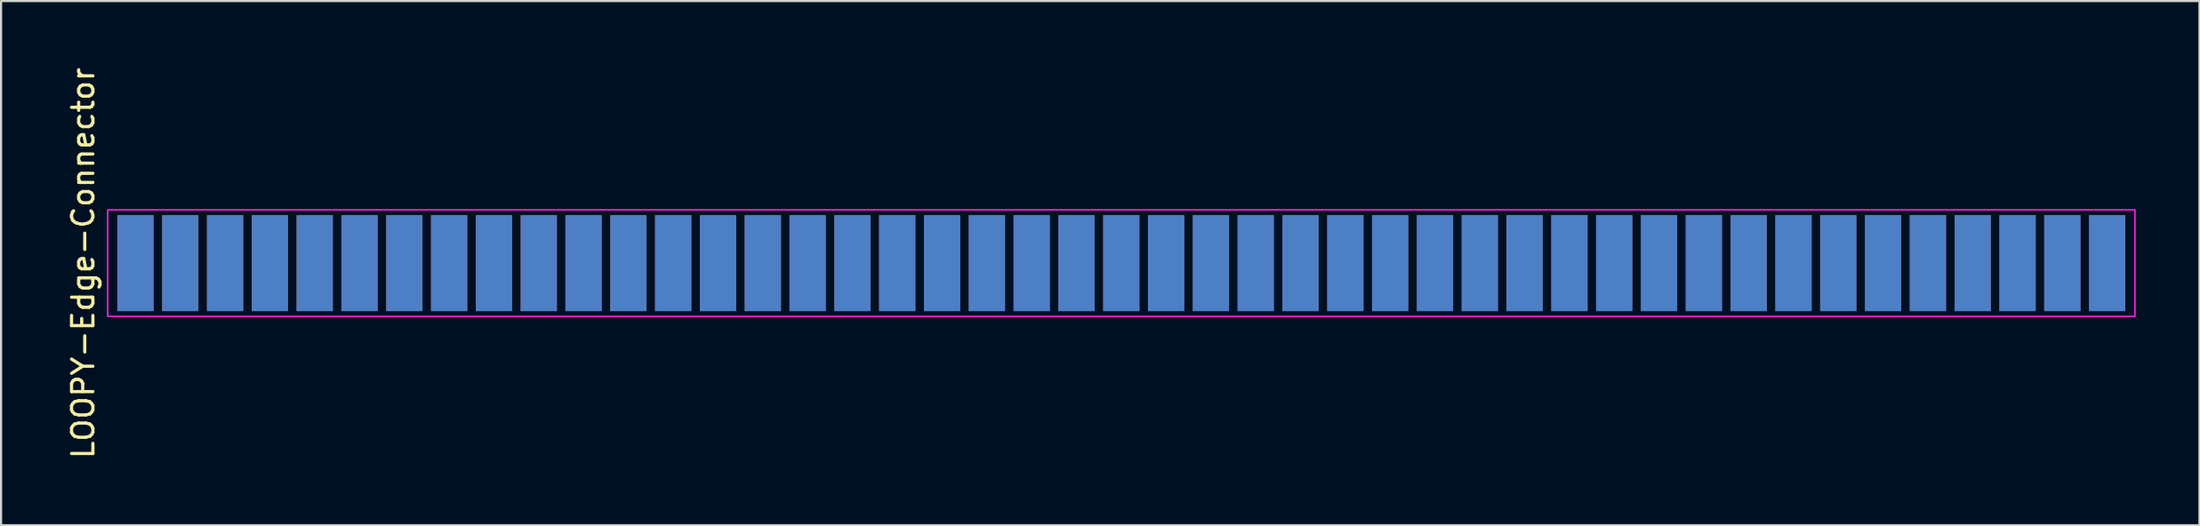
<source format=kicad_pcb>
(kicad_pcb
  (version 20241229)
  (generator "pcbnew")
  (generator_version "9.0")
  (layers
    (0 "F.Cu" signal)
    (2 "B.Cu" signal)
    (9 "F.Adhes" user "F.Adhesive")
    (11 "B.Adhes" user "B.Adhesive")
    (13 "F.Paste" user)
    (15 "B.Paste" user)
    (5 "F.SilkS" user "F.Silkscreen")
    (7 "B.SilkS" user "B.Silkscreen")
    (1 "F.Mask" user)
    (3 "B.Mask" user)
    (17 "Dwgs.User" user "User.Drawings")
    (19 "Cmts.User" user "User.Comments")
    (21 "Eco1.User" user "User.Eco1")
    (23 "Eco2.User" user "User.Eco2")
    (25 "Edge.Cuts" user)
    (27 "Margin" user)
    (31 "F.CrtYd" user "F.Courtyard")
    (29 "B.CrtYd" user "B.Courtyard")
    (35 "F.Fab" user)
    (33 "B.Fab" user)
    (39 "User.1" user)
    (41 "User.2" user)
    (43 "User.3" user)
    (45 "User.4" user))
  (footprint "LOOPY-Edge-Connector"
    (layer "F.Cu")
    (at 49.498 9.292)
    (property "Reference" "LOOPY-Edge-Connector" (at -48.65 0 90) (layer "F.SilkS") (effects (font (size 1 1) (thickness 0.15))))
    (attr through_hole)
    (fp_rect (start -47.5 -2.5) (end 47.5 2.5) (stroke (width 0.05) (type default)) (fill no) (layer "F.CrtYd"))
    (fp_rect (start -47.5 -2.5) (end 47.5 2.5) (stroke (width 0.05) (type default)) (fill no) (layer "F.CrtYd"))
    (pad "1" smd rect (at -46.2 0) (size 1.7 4.5) (layers "F.Cu" "F.Mask" "F.Paste"))
    (pad "2" smd rect (at -44.1 0) (size 1.7 4.5) (layers "F.Cu" "F.Mask" "F.Paste"))
    (pad "3" smd rect (at -42 0) (size 1.7 4.5) (layers "F.Cu" "F.Mask" "F.Paste"))
    (pad "4" smd rect (at -39.9 0) (size 1.7 4.5) (layers "F.Cu" "F.Mask" "F.Paste"))
    (pad "5" smd rect (at -37.8 0) (size 1.7 4.5) (layers "F.Cu" "F.Mask" "F.Paste"))
    (pad "6" smd rect (at -35.7 0) (size 1.7 4.5) (layers "F.Cu" "F.Mask" "F.Paste"))
    (pad "7" smd rect (at -33.6 0) (size 1.7 4.5) (layers "F.Cu" "F.Mask" "F.Paste"))
    (pad "8" smd rect (at -31.5 0) (size 1.7 4.5) (layers "F.Cu" "F.Mask" "F.Paste"))
    (pad "9" smd rect (at -29.4 0) (size 1.7 4.5) (layers "F.Cu" "F.Mask" "F.Paste"))
    (pad "10" smd rect (at -27.3 0) (size 1.7 4.5) (layers "F.Cu" "F.Mask" "F.Paste"))
    (pad "11" smd rect (at -25.2 0) (size 1.7 4.5) (layers "F.Cu" "F.Mask" "F.Paste"))
    (pad "12" smd rect (at -23.1 0) (size 1.7 4.5) (layers "F.Cu" "F.Mask" "F.Paste"))
    (pad "13" smd rect (at -21 0) (size 1.7 4.5) (layers "F.Cu" "F.Mask" "F.Paste"))
    (pad "14" smd rect (at -18.9 0) (size 1.7 4.5) (layers "F.Cu" "F.Mask" "F.Paste"))
    (pad "15" smd rect (at -16.8 0) (size 1.7 4.5) (layers "F.Cu" "F.Mask" "F.Paste"))
    (pad "16" smd rect (at -14.7 0) (size 1.7 4.5) (layers "F.Cu" "F.Mask" "F.Paste"))
    (pad "17" smd rect (at -12.6 0) (size 1.7 4.5) (layers "F.Cu" "F.Mask" "F.Paste"))
    (pad "18" smd rect (at -10.5 0) (size 1.7 4.5) (layers "F.Cu" "F.Mask" "F.Paste"))
    (pad "19" smd rect (at -8.4 0) (size 1.7 4.5) (layers "F.Cu" "F.Mask" "F.Paste"))
    (pad "20" smd rect (at -6.3 0) (size 1.7 4.5) (layers "F.Cu" "F.Mask" "F.Paste"))
    (pad "21" smd rect (at -4.2 0) (size 1.7 4.5) (layers "F.Cu" "F.Mask" "F.Paste"))
    (pad "22" smd rect (at -2.1 0) (size 1.7 4.5) (layers "F.Cu" "F.Mask" "F.Paste"))
    (pad "23" smd rect (at 0 0) (size 1.7 4.5) (layers "F.Cu" "F.Mask" "F.Paste"))
    (pad "24" smd rect (at 2.1 0) (size 1.7 4.5) (layers "F.Cu" "F.Mask" "F.Paste"))
    (pad "25" smd rect (at 4.2 0) (size 1.7 4.5) (layers "F.Cu" "F.Mask" "F.Paste"))
    (pad "26" smd rect (at 6.3 0) (size 1.7 4.5) (layers "F.Cu" "F.Mask" "F.Paste"))
    (pad "27" smd rect (at 8.4 0) (size 1.7 4.5) (layers "F.Cu" "F.Mask" "F.Paste"))
    (pad "28" smd rect (at 10.5 0) (size 1.7 4.5) (layers "F.Cu" "F.Mask" "F.Paste"))
    (pad "29" smd rect (at 12.6 0) (size 1.7 4.5) (layers "F.Cu" "F.Mask" "F.Paste"))
    (pad "30" smd rect (at 14.7 0) (size 1.7 4.5) (layers "F.Cu" "F.Mask" "F.Paste"))
    (pad "31" smd rect (at 16.8 0) (size 1.7 4.5) (layers "F.Cu" "F.Mask" "F.Paste"))
    (pad "32" smd rect (at 18.9 0) (size 1.7 4.5) (layers "F.Cu" "F.Mask" "F.Paste"))
    (pad "33" smd rect (at 21 0) (size 1.7 4.5) (layers "F.Cu" "F.Mask" "F.Paste"))
    (pad "34" smd rect (at 23.1 0) (size 1.7 4.5) (layers "F.Cu" "F.Mask" "F.Paste"))
    (pad "35" smd rect (at 25.2 0) (size 1.7 4.5) (layers "F.Cu" "F.Mask" "F.Paste"))
    (pad "36" smd rect (at 27.3 0) (size 1.7 4.5) (layers "F.Cu" "F.Mask" "F.Paste"))
    (pad "37" smd rect (at 29.4 0) (size 1.7 4.5) (layers "F.Cu" "F.Mask" "F.Paste"))
    (pad "38" smd rect (at 31.5 0) (size 1.7 4.5) (layers "F.Cu" "F.Mask" "F.Paste"))
    (pad "39" smd rect (at 33.6 0) (size 1.7 4.5) (layers "F.Cu" "F.Mask" "F.Paste"))
    (pad "40" smd rect (at 35.7 0) (size 1.7 4.5) (layers "F.Cu" "F.Mask" "F.Paste"))
    (pad "41" smd rect (at 37.8 0) (size 1.7 4.5) (layers "F.Cu" "F.Mask" "F.Paste"))
    (pad "42" smd rect (at 39.9 0) (size 1.7 4.5) (layers "F.Cu" "F.Mask" "F.Paste"))
    (pad "43" smd rect (at 42 0) (size 1.7 4.5) (layers "F.Cu" "F.Mask" "F.Paste"))
    (pad "44" smd rect (at 44.1 0) (size 1.7 4.5) (layers "F.Cu" "F.Mask" "F.Paste"))
    (pad "45" smd rect (at 46.2 0) (size 1.7 4.5) (layers "F.Cu" "F.Mask" "F.Paste"))
    (pad "46" smd rect (at -46.2 0) (size 1.7 4.5) (layers "B.Cu" "B.Mask" "B.Paste"))
    (pad "47" smd rect (at -44.1 0) (size 1.7 4.5) (layers "B.Cu" "B.Mask" "B.Paste"))
    (pad "48" smd rect (at -42 0) (size 1.7 4.5) (layers "B.Cu" "B.Mask" "B.Paste"))
    (pad "49" smd rect (at -39.9 0) (size 1.7 4.5) (layers "B.Cu" "B.Mask" "B.Paste"))
    (pad "50" smd rect (at -37.8 0) (size 1.7 4.5) (layers "B.Cu" "B.Mask" "B.Paste"))
    (pad "51" smd rect (at -35.7 0) (size 1.7 4.5) (layers "B.Cu" "B.Mask" "B.Paste"))
    (pad "52" smd rect (at -33.6 0) (size 1.7 4.5) (layers "B.Cu" "B.Mask" "B.Paste"))
    (pad "53" smd rect (at -31.5 0) (size 1.7 4.5) (layers "B.Cu" "B.Mask" "B.Paste"))
    (pad "54" smd rect (at -29.4 0) (size 1.7 4.5) (layers "B.Cu" "B.Mask" "B.Paste"))
    (pad "55" smd rect (at -27.3 0) (size 1.7 4.5) (layers "B.Cu" "B.Mask" "B.Paste"))
    (pad "56" smd rect (at -25.2 0) (size 1.7 4.5) (layers "B.Cu" "B.Mask" "B.Paste"))
    (pad "57" smd rect (at -23.1 0) (size 1.7 4.5) (layers "B.Cu" "B.Mask" "B.Paste"))
    (pad "58" smd rect (at -21 0) (size 1.7 4.5) (layers "B.Cu" "B.Mask" "B.Paste"))
    (pad "59" smd rect (at -18.9 0) (size 1.7 4.5) (layers "B.Cu" "B.Mask" "B.Paste"))
    (pad "60" smd rect (at -16.8 0) (size 1.7 4.5) (layers "B.Cu" "B.Mask" "B.Paste"))
    (pad "61" smd rect (at -14.7 0) (size 1.7 4.5) (layers "B.Cu" "B.Mask" "B.Paste"))
    (pad "62" smd rect (at -12.6 0) (size 1.7 4.5) (layers "B.Cu" "B.Mask" "B.Paste"))
    (pad "63" smd rect (at -10.5 0) (size 1.7 4.5) (layers "B.Cu" "B.Mask" "B.Paste"))
    (pad "64" smd rect (at -8.4 0) (size 1.7 4.5) (layers "B.Cu" "B.Mask" "B.Paste"))
    (pad "65" smd rect (at -6.3 0) (size 1.7 4.5) (layers "B.Cu" "B.Mask" "B.Paste"))
    (pad "66" smd rect (at -4.2 0) (size 1.7 4.5) (layers "B.Cu" "B.Mask" "B.Paste"))
    (pad "67" smd rect (at -2.1 0) (size 1.7 4.5) (layers "B.Cu" "B.Mask" "B.Paste"))
    (pad "68" smd rect (at 0 0) (size 1.7 4.5) (layers "B.Cu" "B.Mask" "B.Paste"))
    (pad "69" smd rect (at 2.1 0) (size 1.7 4.5) (layers "B.Cu" "B.Mask" "B.Paste"))
    (pad "70" smd rect (at 4.2 0) (size 1.7 4.5) (layers "B.Cu" "B.Mask" "B.Paste"))
    (pad "71" smd rect (at 6.3 0) (size 1.7 4.5) (layers "B.Cu" "B.Mask" "B.Paste"))
    (pad "72" smd rect (at 8.4 0) (size 1.7 4.5) (layers "B.Cu" "B.Mask" "B.Paste"))
    (pad "73" smd rect (at 10.5 0) (size 1.7 4.5) (layers "B.Cu" "B.Mask" "B.Paste"))
    (pad "74" smd rect (at 12.6 0) (size 1.7 4.5) (layers "B.Cu" "B.Mask" "B.Paste"))
    (pad "75" smd rect (at 14.7 0) (size 1.7 4.5) (layers "B.Cu" "B.Mask" "B.Paste"))
    (pad "76" smd rect (at 16.8 0) (size 1.7 4.5) (layers "B.Cu" "B.Mask" "B.Paste"))
    (pad "77" smd rect (at 18.9 0) (size 1.7 4.5) (layers "B.Cu" "B.Mask" "B.Paste"))
    (pad "78" smd rect (at 21 0) (size 1.7 4.5) (layers "B.Cu" "B.Mask" "B.Paste"))
    (pad "79" smd rect (at 23.1 0) (size 1.7 4.5) (layers "B.Cu" "B.Mask" "B.Paste"))
    (pad "80" smd rect (at 25.2 0) (size 1.7 4.5) (layers "B.Cu" "B.Mask" "B.Paste"))
    (pad "81" smd rect (at 27.3 0) (size 1.7 4.5) (layers "B.Cu" "B.Mask" "B.Paste"))
    (pad "82" smd rect (at 29.4 0) (size 1.7 4.5) (layers "B.Cu" "B.Mask" "B.Paste"))
    (pad "83" smd rect (at 31.5 0) (size 1.7 4.5) (layers "B.Cu" "B.Mask" "B.Paste"))
    (pad "84" smd rect (at 33.6 0) (size 1.7 4.5) (layers "B.Cu" "B.Mask" "B.Paste"))
    (pad "85" smd rect (at 35.7 0) (size 1.7 4.5) (layers "B.Cu" "B.Mask" "B.Paste"))
    (pad "86" smd rect (at 37.8 0) (size 1.7 4.5) (layers "B.Cu" "B.Mask" "B.Paste"))
    (pad "87" smd rect (at 39.9 0) (size 1.7 4.5) (layers "B.Cu" "B.Mask" "B.Paste"))
    (pad "88" smd rect (at 42 0) (size 1.7 4.5) (layers "B.Cu" "B.Mask" "B.Paste"))
    (pad "89" smd rect (at 44.1 0) (size 1.7 4.5) (layers "B.Cu" "B.Mask" "B.Paste"))
    (pad "90" smd rect (at 46.2 0) (size 1.7 4.5) (layers "B.Cu" "B.Mask" "B.Paste")))
  (gr_rect
    (start -3 -3)
    (end 100.023 21.583)
    (stroke (width 0.1) (type default))
    (fill no)
    (layer "Edge.Cuts")))
</source>
